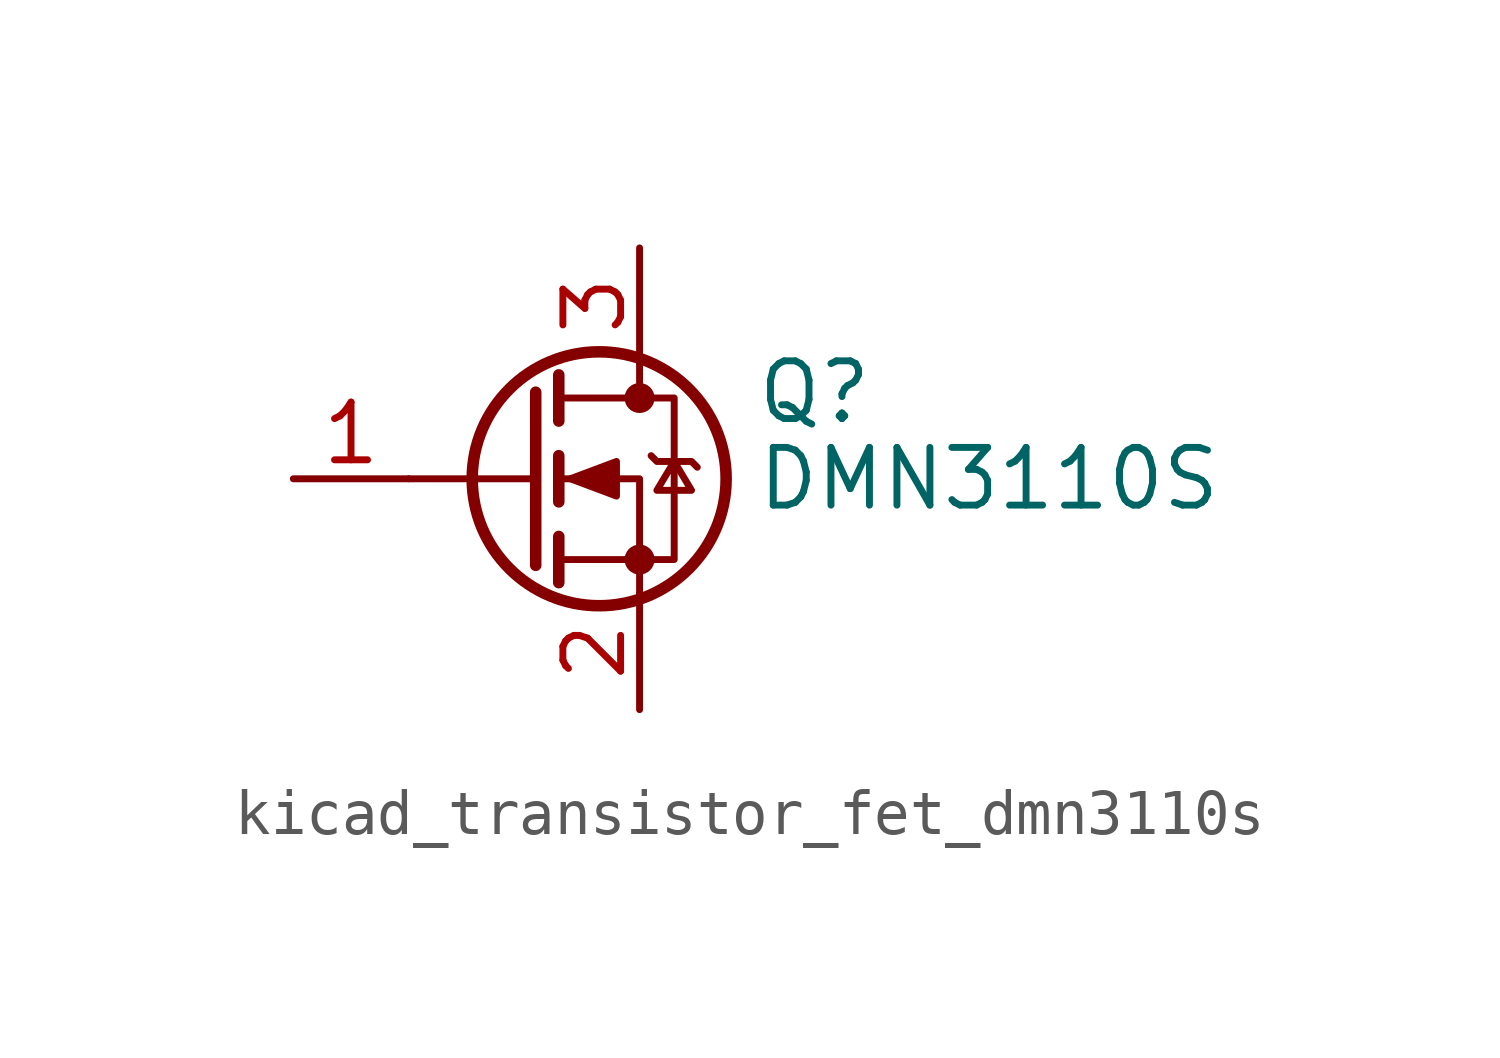
<source format=kicad_sym>
(kicad_symbol_lib
  (version 20220914)
  (generator kicad_symbol_editor)
  (symbol "kicad_transistor_fet_dmn3110s"
    (pin_names hide)
    (property "Reference" "Q"
      (at 5.08 1.905 0)
      (effects (font (size 1.27 1.27)) (justify left)))
    (property "Value" "DMN3110S"
      (at 5.08 0 0)
      (effects (font (size 1.27 1.27)) (justify left)))
    (symbol "kicad_transistor_fet_dmn3110s_0_1"
      (polyline (pts (xy 0.254 0) (xy -2.54 0)) (stroke (width 0) (type default)) (fill (type none)))
      (polyline (pts (xy 0.254 1.905) (xy 0.254 -1.905)) (stroke (width 0.254) (type default)) (fill (type none)))
      (polyline (pts (xy 0.762 -1.27) (xy 0.762 -2.286)) (stroke (width 0.254) (type default)) (fill (type none)))
      (polyline (pts (xy 0.762 0.508) (xy 0.762 -0.508)) (stroke (width 0.254) (type default)) (fill (type none)))
      (polyline (pts (xy 0.762 2.286) (xy 0.762 1.27)) (stroke (width 0.254) (type default)) (fill (type none)))
      (polyline (pts (xy 2.54 2.54) (xy 2.54 1.778)) (stroke (width 0) (type default)) (fill (type none)))
      (polyline (pts (xy 2.54 -2.54) (xy 2.54 0) (xy 0.762 0)) (stroke (width 0) (type default)) (fill (type none)))
      (polyline (pts (xy 0.762 -1.778) (xy 3.302 -1.778) (xy 3.302 1.778) (xy 0.762 1.778)) (stroke (width 0) (type default)) (fill (type none)))
      (polyline (pts (xy 1.016 0) (xy 2.032 0.381) (xy 2.032 -0.381) (xy 1.016 0)) (stroke (width 0) (type default)) (fill (type outline)))
      (polyline (pts (xy 2.794 0.508) (xy 2.921 0.381) (xy 3.683 0.381) (xy 3.81 0.254)) (stroke (width 0) (type default)) (fill (type none)))
      (polyline (pts (xy 3.302 0.381) (xy 2.921 -0.254) (xy 3.683 -0.254) (xy 3.302 0.381)) (stroke (width 0) (type default)) (fill (type none)))
      (circle (center 1.651 0) (radius 2.794) (stroke (width 0.254) (type default)) (fill (type none)))
      (circle (center 2.54 -1.778) (radius 0.254) (stroke (width 0) (type default)) (fill (type outline)))
      (circle (center 2.54 1.778) (radius 0.254) (stroke (width 0) (type default)) (fill (type outline))))
    (symbol "kicad_transistor_fet_dmn3110s_1_1"
      (pin input line (at -5.08 0 0) (length 2.54) (name "G" (effects (font (size 1.27 1.27)))) (number "1" (effects (font (size 1.27 1.27)))))
      (pin passive line (at 2.54 -5.08 90) (length 2.54) (name "S" (effects (font (size 1.27 1.27)))) (number "2" (effects (font (size 1.27 1.27)))))
      (pin passive line (at 2.54 5.08 270) (length 2.54) (name "D" (effects (font (size 1.27 1.27)))) (number "3" (effects (font (size 1.27 1.27))))))))
</source>
